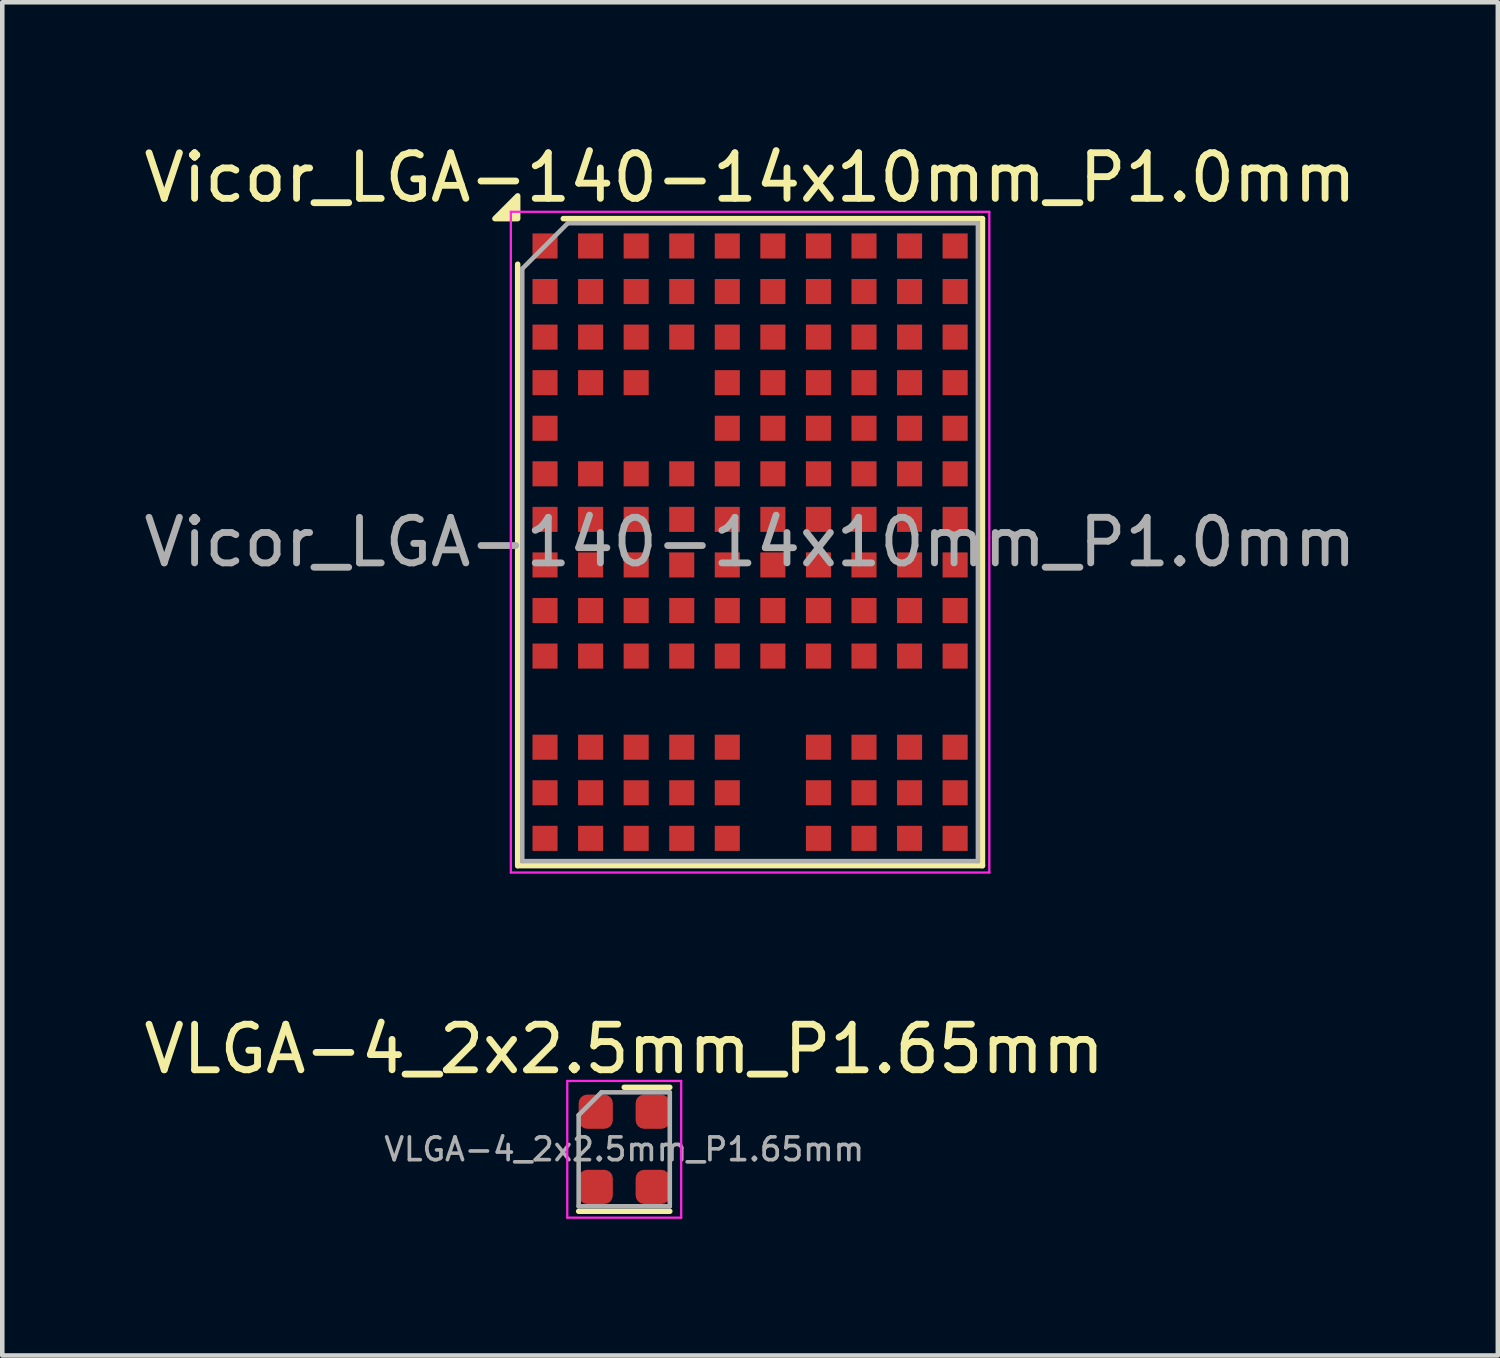
<source format=kicad_pcb>
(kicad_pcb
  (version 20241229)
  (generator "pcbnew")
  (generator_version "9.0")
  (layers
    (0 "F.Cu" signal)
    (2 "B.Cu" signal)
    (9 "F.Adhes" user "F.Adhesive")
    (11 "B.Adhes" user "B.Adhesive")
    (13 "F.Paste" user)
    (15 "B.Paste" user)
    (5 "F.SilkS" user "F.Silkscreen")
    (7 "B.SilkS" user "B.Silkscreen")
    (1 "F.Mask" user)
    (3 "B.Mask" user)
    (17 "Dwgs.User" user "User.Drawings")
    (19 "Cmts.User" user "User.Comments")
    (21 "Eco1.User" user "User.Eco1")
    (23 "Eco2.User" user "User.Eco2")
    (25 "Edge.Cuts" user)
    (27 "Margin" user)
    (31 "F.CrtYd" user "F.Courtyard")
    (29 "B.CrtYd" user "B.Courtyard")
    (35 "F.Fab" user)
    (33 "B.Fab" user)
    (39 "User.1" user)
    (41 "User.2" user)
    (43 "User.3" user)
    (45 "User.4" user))
  (footprint "Vicor_LGA-140-14x10mm_P1.0mm"
    (layer "F.Cu")
    (at 13.411 8.848)
    (property "Reference" "Vicor_LGA-140-14x10mm_P1.0mm" (at 0 -8 0) (unlocked yes) (layer "F.SilkS") (effects (font (size 1 1) (thickness 0.15))))
    (attr smd)
    (fp_line (start -5.1 -6.1) (end -5.1 7.1) (stroke (width 0.12) (type solid)) (layer "F.SilkS"))
    (fp_line (start -5.1 7.1) (end 5.1 7.1) (stroke (width 0.12) (type solid)) (layer "F.SilkS"))
    (fp_line (start 5.1 -7.1) (end -4.1 -7.1) (stroke (width 0.12) (type solid)) (layer "F.SilkS"))
    (fp_line (start 5.1 7.1) (end 5.1 -7.1) (stroke (width 0.12) (type solid)) (layer "F.SilkS"))
    (fp_poly (pts (xy -5.1 -7.1) (xy -5.6 -7.1) (xy -5.1 -7.6) (xy -5.1 -7.1)) (stroke (width 0.12) (type solid)) (fill yes) (layer "F.SilkS"))
    (fp_line (start -5.25 -7.25) (end -5.25 7.25) (stroke (width 0.05) (type solid)) (layer "F.CrtYd"))
    (fp_line (start -5.25 -7.25) (end 5.25 -7.25) (stroke (width 0.05) (type solid)) (layer "F.CrtYd"))
    (fp_line (start 5.25 7.25) (end -5.25 7.25) (stroke (width 0.05) (type solid)) (layer "F.CrtYd"))
    (fp_line (start 5.25 7.25) (end 5.25 -7.25) (stroke (width 0.05) (type solid)) (layer "F.CrtYd"))
    (fp_line (start -5 -6) (end -5 7) (stroke (width 0.1) (type solid)) (layer "F.Fab"))
    (fp_line (start -5 7) (end 5 7) (stroke (width 0.1) (type solid)) (layer "F.Fab"))
    (fp_line (start -4 -7) (end -5 -6) (stroke (width 0.1) (type solid)) (layer "F.Fab"))
    (fp_line (start 5 -7) (end -4 -7) (stroke (width 0.1) (type solid)) (layer "F.Fab"))
    (fp_line (start 5 7) (end 5 -7) (stroke (width 0.1) (type solid)) (layer "F.Fab"))
    (fp_text user "${REFERENCE}" (at 0 0 0) (unlocked yes) (layer "F.Fab") (effects (font (size 1 1) (thickness 0.15))))
    (pad "A1" smd rect (at -4.5 -6.5) (size 0.55 0.55) (property pad_prop_bga) (layers "F.Cu" "F.Mask" "F.Paste"))
    (pad "A2" smd rect (at -4.5 -5.5) (size 0.55 0.55) (property pad_prop_bga) (layers "F.Cu" "F.Mask" "F.Paste"))
    (pad "A3" smd rect (at -4.5 -4.5) (size 0.55 0.55) (property pad_prop_bga) (layers "F.Cu" "F.Mask" "F.Paste"))
    (pad "A4" smd rect (at -4.5 -3.5) (size 0.55 0.55) (property pad_prop_bga) (layers "F.Cu" "F.Mask" "F.Paste"))
    (pad "A5" smd rect (at -4.5 -2.5) (size 0.55 0.55) (property pad_prop_bga) (layers "F.Cu" "F.Mask" "F.Paste"))
    (pad "A6" smd rect (at -4.5 -1.5) (size 0.55 0.55) (property pad_prop_bga) (layers "F.Cu" "F.Mask" "F.Paste"))
    (pad "A7" smd rect (at -4.5 -0.5) (size 0.55 0.55) (property pad_prop_bga) (layers "F.Cu" "F.Mask" "F.Paste"))
    (pad "A8" smd rect (at -4.5 0.5) (size 0.55 0.55) (property pad_prop_bga) (layers "F.Cu" "F.Mask" "F.Paste"))
    (pad "A9" smd rect (at -4.5 1.5) (size 0.55 0.55) (property pad_prop_bga) (layers "F.Cu" "F.Mask" "F.Paste"))
    (pad "A10" smd rect (at -4.5 2.5) (size 0.55 0.55) (property pad_prop_bga) (layers "F.Cu" "F.Mask" "F.Paste"))
    (pad "A12" smd rect (at -4.5 4.5) (size 0.55 0.55) (property pad_prop_bga) (layers "F.Cu" "F.Mask" "F.Paste"))
    (pad "A13" smd rect (at -4.5 5.5) (size 0.55 0.55) (property pad_prop_bga) (layers "F.Cu" "F.Mask" "F.Paste"))
    (pad "A14" smd rect (at -4.5 6.5) (size 0.55 0.55) (property pad_prop_bga) (layers "F.Cu" "F.Mask" "F.Paste"))
    (pad "B1" smd rect (at -3.5 -6.5) (size 0.55 0.55) (property pad_prop_bga) (layers "F.Cu" "F.Mask" "F.Paste"))
    (pad "B2" smd rect (at -3.5 -5.5) (size 0.55 0.55) (property pad_prop_bga) (layers "F.Cu" "F.Mask" "F.Paste"))
    (pad "B3" smd rect (at -3.5 -4.5) (size 0.55 0.55) (property pad_prop_bga) (layers "F.Cu" "F.Mask" "F.Paste"))
    (pad "B4" smd rect (at -3.5 -3.5) (size 0.55 0.55) (property pad_prop_bga) (layers "F.Cu" "F.Mask" "F.Paste"))
    (pad "B6" smd rect (at -3.5 -1.5) (size 0.55 0.55) (property pad_prop_bga) (layers "F.Cu" "F.Mask" "F.Paste"))
    (pad "B7" smd rect (at -3.5 -0.5) (size 0.55 0.55) (property pad_prop_bga) (layers "F.Cu" "F.Mask" "F.Paste"))
    (pad "B8" smd rect (at -3.5 0.5) (size 0.55 0.55) (property pad_prop_bga) (layers "F.Cu" "F.Mask" "F.Paste"))
    (pad "B9" smd rect (at -3.5 1.5) (size 0.55 0.55) (property pad_prop_bga) (layers "F.Cu" "F.Mask" "F.Paste"))
    (pad "B10" smd rect (at -3.5 2.5) (size 0.55 0.55) (property pad_prop_bga) (layers "F.Cu" "F.Mask" "F.Paste"))
    (pad "B12" smd rect (at -3.5 4.5) (size 0.55 0.55) (property pad_prop_bga) (layers "F.Cu" "F.Mask" "F.Paste"))
    (pad "B13" smd rect (at -3.5 5.5) (size 0.55 0.55) (property pad_prop_bga) (layers "F.Cu" "F.Mask" "F.Paste"))
    (pad "B14" smd rect (at -3.5 6.5) (size 0.55 0.55) (property pad_prop_bga) (layers "F.Cu" "F.Mask" "F.Paste"))
    (pad "C1" smd rect (at -2.5 -6.5) (size 0.55 0.55) (property pad_prop_bga) (layers "F.Cu" "F.Mask" "F.Paste"))
    (pad "C2" smd rect (at -2.5 -5.5) (size 0.55 0.55) (property pad_prop_bga) (layers "F.Cu" "F.Mask" "F.Paste"))
    (pad "C3" smd rect (at -2.5 -4.5) (size 0.55 0.55) (property pad_prop_bga) (layers "F.Cu" "F.Mask" "F.Paste"))
    (pad "C4" smd rect (at -2.5 -3.5) (size 0.55 0.55) (property pad_prop_bga) (layers "F.Cu" "F.Mask" "F.Paste"))
    (pad "C6" smd rect (at -2.5 -1.5) (size 0.55 0.55) (property pad_prop_bga) (layers "F.Cu" "F.Mask" "F.Paste"))
    (pad "C7" smd rect (at -2.5 -0.5) (size 0.55 0.55) (property pad_prop_bga) (layers "F.Cu" "F.Mask" "F.Paste"))
    (pad "C8" smd rect (at -2.5 0.5) (size 0.55 0.55) (property pad_prop_bga) (layers "F.Cu" "F.Mask" "F.Paste"))
    (pad "C9" smd rect (at -2.5 1.5) (size 0.55 0.55) (property pad_prop_bga) (layers "F.Cu" "F.Mask" "F.Paste"))
    (pad "C10" smd rect (at -2.5 2.5) (size 0.55 0.55) (property pad_prop_bga) (layers "F.Cu" "F.Mask" "F.Paste"))
    (pad "C12" smd rect (at -2.5 4.5) (size 0.55 0.55) (property pad_prop_bga) (layers "F.Cu" "F.Mask" "F.Paste"))
    (pad "C13" smd rect (at -2.5 5.5) (size 0.55 0.55) (property pad_prop_bga) (layers "F.Cu" "F.Mask" "F.Paste"))
    (pad "C14" smd rect (at -2.5 6.5) (size 0.55 0.55) (property pad_prop_bga) (layers "F.Cu" "F.Mask" "F.Paste"))
    (pad "D1" smd rect (at -1.5 -6.5) (size 0.55 0.55) (property pad_prop_bga) (layers "F.Cu" "F.Mask" "F.Paste"))
    (pad "D2" smd rect (at -1.5 -5.5) (size 0.55 0.55) (property pad_prop_bga) (layers "F.Cu" "F.Mask" "F.Paste"))
    (pad "D3" smd rect (at -1.5 -4.5) (size 0.55 0.55) (property pad_prop_bga) (layers "F.Cu" "F.Mask" "F.Paste"))
    (pad "D6" smd rect (at -1.5 -1.5) (size 0.55 0.55) (property pad_prop_bga) (layers "F.Cu" "F.Mask" "F.Paste"))
    (pad "D7" smd rect (at -1.5 -0.5) (size 0.55 0.55) (property pad_prop_bga) (layers "F.Cu" "F.Mask" "F.Paste"))
    (pad "D8" smd rect (at -1.5 0.5) (size 0.55 0.55) (property pad_prop_bga) (layers "F.Cu" "F.Mask" "F.Paste"))
    (pad "D9" smd rect (at -1.5 1.5) (size 0.55 0.55) (property pad_prop_bga) (layers "F.Cu" "F.Mask" "F.Paste"))
    (pad "D10" smd rect (at -1.5 2.5) (size 0.55 0.55) (property pad_prop_bga) (layers "F.Cu" "F.Mask" "F.Paste"))
    (pad "D12" smd rect (at -1.5 4.5) (size 0.55 0.55) (property pad_prop_bga) (layers "F.Cu" "F.Mask" "F.Paste"))
    (pad "D13" smd rect (at -1.5 5.5) (size 0.55 0.55) (property pad_prop_bga) (layers "F.Cu" "F.Mask" "F.Paste"))
    (pad "D14" smd rect (at -1.5 6.5) (size 0.55 0.55) (property pad_prop_bga) (layers "F.Cu" "F.Mask" "F.Paste"))
    (pad "E1" smd rect (at -0.5 -6.5) (size 0.55 0.55) (property pad_prop_bga) (layers "F.Cu" "F.Mask" "F.Paste"))
    (pad "E2" smd rect (at -0.5 -5.5) (size 0.55 0.55) (property pad_prop_bga) (layers "F.Cu" "F.Mask" "F.Paste"))
    (pad "E3" smd rect (at -0.5 -4.5) (size 0.55 0.55) (property pad_prop_bga) (layers "F.Cu" "F.Mask" "F.Paste"))
    (pad "E4" smd rect (at -0.5 -3.5) (size 0.55 0.55) (property pad_prop_bga) (layers "F.Cu" "F.Mask" "F.Paste"))
    (pad "E5" smd rect (at -0.5 -2.5) (size 0.55 0.55) (property pad_prop_bga) (layers "F.Cu" "F.Mask" "F.Paste"))
    (pad "E6" smd rect (at -0.5 -1.5) (size 0.55 0.55) (property pad_prop_bga) (layers "F.Cu" "F.Mask" "F.Paste"))
    (pad "E7" smd rect (at -0.5 -0.5) (size 0.55 0.55) (property pad_prop_bga) (layers "F.Cu" "F.Mask" "F.Paste"))
    (pad "E8" smd rect (at -0.5 0.5) (size 0.55 0.55) (property pad_prop_bga) (layers "F.Cu" "F.Mask" "F.Paste"))
    (pad "E9" smd rect (at -0.5 1.5) (size 0.55 0.55) (property pad_prop_bga) (layers "F.Cu" "F.Mask" "F.Paste"))
    (pad "E10" smd rect (at -0.5 2.5) (size 0.55 0.55) (property pad_prop_bga) (layers "F.Cu" "F.Mask" "F.Paste"))
    (pad "E12" smd rect (at -0.5 4.5) (size 0.55 0.55) (property pad_prop_bga) (layers "F.Cu" "F.Mask" "F.Paste"))
    (pad "E13" smd rect (at -0.5 5.5) (size 0.55 0.55) (property pad_prop_bga) (layers "F.Cu" "F.Mask" "F.Paste"))
    (pad "E14" smd rect (at -0.5 6.5) (size 0.55 0.55) (property pad_prop_bga) (layers "F.Cu" "F.Mask" "F.Paste"))
    (pad "F1" smd rect (at 0.5 -6.5) (size 0.55 0.55) (property pad_prop_bga) (layers "F.Cu" "F.Mask" "F.Paste"))
    (pad "F2" smd rect (at 0.5 -5.5) (size 0.55 0.55) (property pad_prop_bga) (layers "F.Cu" "F.Mask" "F.Paste"))
    (pad "F3" smd rect (at 0.5 -4.5) (size 0.55 0.55) (property pad_prop_bga) (layers "F.Cu" "F.Mask" "F.Paste"))
    (pad "F4" smd rect (at 0.5 -3.5) (size 0.55 0.55) (property pad_prop_bga) (layers "F.Cu" "F.Mask" "F.Paste"))
    (pad "F5" smd rect (at 0.5 -2.5) (size 0.55 0.55) (property pad_prop_bga) (layers "F.Cu" "F.Mask" "F.Paste"))
    (pad "F6" smd rect (at 0.5 -1.5) (size 0.55 0.55) (property pad_prop_bga) (layers "F.Cu" "F.Mask" "F.Paste"))
    (pad "F7" smd rect (at 0.5 -0.5) (size 0.55 0.55) (property pad_prop_bga) (layers "F.Cu" "F.Mask" "F.Paste"))
    (pad "F8" smd rect (at 0.5 0.5) (size 0.55 0.55) (property pad_prop_bga) (layers "F.Cu" "F.Mask" "F.Paste"))
    (pad "F9" smd rect (at 0.5 1.5) (size 0.55 0.55) (property pad_prop_bga) (layers "F.Cu" "F.Mask" "F.Paste"))
    (pad "F10" smd rect (at 0.5 2.5) (size 0.55 0.55) (property pad_prop_bga) (layers "F.Cu" "F.Mask" "F.Paste"))
    (pad "G1" smd rect (at 1.5 -6.5) (size 0.55 0.55) (property pad_prop_bga) (layers "F.Cu" "F.Mask" "F.Paste"))
    (pad "G2" smd rect (at 1.5 -5.5) (size 0.55 0.55) (property pad_prop_bga) (layers "F.Cu" "F.Mask" "F.Paste"))
    (pad "G3" smd rect (at 1.5 -4.5) (size 0.55 0.55) (property pad_prop_bga) (layers "F.Cu" "F.Mask" "F.Paste"))
    (pad "G4" smd rect (at 1.5 -3.5) (size 0.55 0.55) (property pad_prop_bga) (layers "F.Cu" "F.Mask" "F.Paste"))
    (pad "G5" smd rect (at 1.5 -2.5) (size 0.55 0.55) (property pad_prop_bga) (layers "F.Cu" "F.Mask" "F.Paste"))
    (pad "G6" smd rect (at 1.5 -1.5) (size 0.55 0.55) (property pad_prop_bga) (layers "F.Cu" "F.Mask" "F.Paste"))
    (pad "G7" smd rect (at 1.5 -0.5) (size 0.55 0.55) (property pad_prop_bga) (layers "F.Cu" "F.Mask" "F.Paste"))
    (pad "G8" smd rect (at 1.5 0.5) (size 0.55 0.55) (property pad_prop_bga) (layers "F.Cu" "F.Mask" "F.Paste"))
    (pad "G9" smd rect (at 1.5 1.5) (size 0.55 0.55) (property pad_prop_bga) (layers "F.Cu" "F.Mask" "F.Paste"))
    (pad "G10" smd rect (at 1.5 2.5) (size 0.55 0.55) (property pad_prop_bga) (layers "F.Cu" "F.Mask" "F.Paste"))
    (pad "G12" smd rect (at 1.5 4.5) (size 0.55 0.55) (property pad_prop_bga) (layers "F.Cu" "F.Mask" "F.Paste"))
    (pad "G13" smd rect (at 1.5 5.5) (size 0.55 0.55) (property pad_prop_bga) (layers "F.Cu" "F.Mask" "F.Paste"))
    (pad "G14" smd rect (at 1.5 6.5) (size 0.55 0.55) (property pad_prop_bga) (layers "F.Cu" "F.Mask" "F.Paste"))
    (pad "H1" smd rect (at 2.5 -6.5) (size 0.55 0.55) (property pad_prop_bga) (layers "F.Cu" "F.Mask" "F.Paste"))
    (pad "H2" smd rect (at 2.5 -5.5) (size 0.55 0.55) (property pad_prop_bga) (layers "F.Cu" "F.Mask" "F.Paste"))
    (pad "H3" smd rect (at 2.5 -4.5) (size 0.55 0.55) (property pad_prop_bga) (layers "F.Cu" "F.Mask" "F.Paste"))
    (pad "H4" smd rect (at 2.5 -3.5) (size 0.55 0.55) (property pad_prop_bga) (layers "F.Cu" "F.Mask" "F.Paste"))
    (pad "H5" smd rect (at 2.5 -2.5) (size 0.55 0.55) (property pad_prop_bga) (layers "F.Cu" "F.Mask" "F.Paste"))
    (pad "H6" smd rect (at 2.5 -1.5) (size 0.55 0.55) (property pad_prop_bga) (layers "F.Cu" "F.Mask" "F.Paste"))
    (pad "H7" smd rect (at 2.5 -0.5) (size 0.55 0.55) (property pad_prop_bga) (layers "F.Cu" "F.Mask" "F.Paste"))
    (pad "H8" smd rect (at 2.5 0.5) (size 0.55 0.55) (property pad_prop_bga) (layers "F.Cu" "F.Mask" "F.Paste"))
    (pad "H9" smd rect (at 2.5 1.5) (size 0.55 0.55) (property pad_prop_bga) (layers "F.Cu" "F.Mask" "F.Paste"))
    (pad "H10" smd rect (at 2.5 2.5) (size 0.55 0.55) (property pad_prop_bga) (layers "F.Cu" "F.Mask" "F.Paste"))
    (pad "H12" smd rect (at 2.5 4.5) (size 0.55 0.55) (property pad_prop_bga) (layers "F.Cu" "F.Mask" "F.Paste"))
    (pad "H13" smd rect (at 2.5 5.5) (size 0.55 0.55) (property pad_prop_bga) (layers "F.Cu" "F.Mask" "F.Paste"))
    (pad "H14" smd rect (at 2.5 6.5) (size 0.55 0.55) (property pad_prop_bga) (layers "F.Cu" "F.Mask" "F.Paste"))
    (pad "J1" smd rect (at 3.5 -6.5) (size 0.55 0.55) (property pad_prop_bga) (layers "F.Cu" "F.Mask" "F.Paste"))
    (pad "J2" smd rect (at 3.5 -5.5) (size 0.55 0.55) (property pad_prop_bga) (layers "F.Cu" "F.Mask" "F.Paste"))
    (pad "J3" smd rect (at 3.5 -4.5) (size 0.55 0.55) (property pad_prop_bga) (layers "F.Cu" "F.Mask" "F.Paste"))
    (pad "J4" smd rect (at 3.5 -3.5) (size 0.55 0.55) (property pad_prop_bga) (layers "F.Cu" "F.Mask" "F.Paste"))
    (pad "J5" smd rect (at 3.5 -2.5) (size 0.55 0.55) (property pad_prop_bga) (layers "F.Cu" "F.Mask" "F.Paste"))
    (pad "J6" smd rect (at 3.5 -1.5) (size 0.55 0.55) (property pad_prop_bga) (layers "F.Cu" "F.Mask" "F.Paste"))
    (pad "J7" smd rect (at 3.5 -0.5) (size 0.55 0.55) (property pad_prop_bga) (layers "F.Cu" "F.Mask" "F.Paste"))
    (pad "J8" smd rect (at 3.5 0.5) (size 0.55 0.55) (property pad_prop_bga) (layers "F.Cu" "F.Mask" "F.Paste"))
    (pad "J9" smd rect (at 3.5 1.5) (size 0.55 0.55) (property pad_prop_bga) (layers "F.Cu" "F.Mask" "F.Paste"))
    (pad "J10" smd rect (at 3.5 2.5) (size 0.55 0.55) (property pad_prop_bga) (layers "F.Cu" "F.Mask" "F.Paste"))
    (pad "J12" smd rect (at 3.5 4.5) (size 0.55 0.55) (property pad_prop_bga) (layers "F.Cu" "F.Mask" "F.Paste"))
    (pad "J13" smd rect (at 3.5 5.5) (size 0.55 0.55) (property pad_prop_bga) (layers "F.Cu" "F.Mask" "F.Paste"))
    (pad "J14" smd rect (at 3.5 6.5) (size 0.55 0.55) (property pad_prop_bga) (layers "F.Cu" "F.Mask" "F.Paste"))
    (pad "K1" smd rect (at 4.5 -6.5) (size 0.55 0.55) (property pad_prop_bga) (layers "F.Cu" "F.Mask" "F.Paste"))
    (pad "K2" smd rect (at 4.5 -5.5) (size 0.55 0.55) (property pad_prop_bga) (layers "F.Cu" "F.Mask" "F.Paste"))
    (pad "K3" smd rect (at 4.5 -4.5) (size 0.55 0.55) (property pad_prop_bga) (layers "F.Cu" "F.Mask" "F.Paste"))
    (pad "K4" smd rect (at 4.5 -3.5) (size 0.55 0.55) (property pad_prop_bga) (layers "F.Cu" "F.Mask" "F.Paste"))
    (pad "K5" smd rect (at 4.5 -2.5) (size 0.55 0.55) (property pad_prop_bga) (layers "F.Cu" "F.Mask" "F.Paste"))
    (pad "K6" smd rect (at 4.5 -1.5) (size 0.55 0.55) (property pad_prop_bga) (layers "F.Cu" "F.Mask" "F.Paste"))
    (pad "K7" smd rect (at 4.5 -0.5) (size 0.55 0.55) (property pad_prop_bga) (layers "F.Cu" "F.Mask" "F.Paste"))
    (pad "K8" smd rect (at 4.5 0.5) (size 0.55 0.55) (property pad_prop_bga) (layers "F.Cu" "F.Mask" "F.Paste"))
    (pad "K9" smd rect (at 4.5 1.5) (size 0.55 0.55) (property pad_prop_bga) (layers "F.Cu" "F.Mask" "F.Paste"))
    (pad "K10" smd rect (at 4.5 2.5) (size 0.55 0.55) (property pad_prop_bga) (layers "F.Cu" "F.Mask" "F.Paste"))
    (pad "K12" smd rect (at 4.5 4.5) (size 0.55 0.55) (property pad_prop_bga) (layers "F.Cu" "F.Mask" "F.Paste"))
    (pad "K13" smd rect (at 4.5 5.5) (size 0.55 0.55) (property pad_prop_bga) (layers "F.Cu" "F.Mask" "F.Paste"))
    (pad "K14" smd rect (at 4.5 6.5) (size 0.55 0.55) (property pad_prop_bga) (layers "F.Cu" "F.Mask" "F.Paste")))
  (footprint "VLGA-4_2x2.5mm_P1.65mm"
    (layer "F.Cu")
    (at 10.649 22.172)
    (property "Reference" "VLGA-4_2x2.5mm_P1.65mm" (at 0 -2.2 0) (layer "F.SilkS") (effects (font (size 1 1) (thickness 0.15))))
    (attr smd)
    (fp_line (start -1 1.36) (end 1 1.36) (stroke (width 0.12) (type solid)) (layer "F.SilkS"))
    (fp_line (start 0 -1.36) (end 1 -1.36) (stroke (width 0.12) (type solid)) (layer "F.SilkS"))
    (fp_line (start -1.25 -1.5) (end -1.25 1.5) (stroke (width 0.05) (type solid)) (layer "F.CrtYd"))
    (fp_line (start -1.25 1.5) (end 1.25 1.5) (stroke (width 0.05) (type solid)) (layer "F.CrtYd"))
    (fp_line (start 1.25 -1.5) (end -1.25 -1.5) (stroke (width 0.05) (type solid)) (layer "F.CrtYd"))
    (fp_line (start 1.25 1.5) (end 1.25 -1.5) (stroke (width 0.05) (type solid)) (layer "F.CrtYd"))
    (fp_line (start -1 -0.75) (end -0.5 -1.25) (stroke (width 0.1) (type solid)) (layer "F.Fab"))
    (fp_line (start -1 1.25) (end -1 -0.75) (stroke (width 0.1) (type solid)) (layer "F.Fab"))
    (fp_line (start -0.5 -1.25) (end 1 -1.25) (stroke (width 0.1) (type solid)) (layer "F.Fab"))
    (fp_line (start 1 -1.25) (end 1 1.25) (stroke (width 0.1) (type solid)) (layer "F.Fab"))
    (fp_line (start 1 1.25) (end -1 1.25) (stroke (width 0.1) (type solid)) (layer "F.Fab"))
    (fp_text user "${REFERENCE}" (at 0 0 0) (layer "F.Fab") (effects (font (size 0.5 0.5) (thickness 0.08))))
    (pad "1" smd roundrect (at -0.625 -0.825) (size 0.75 0.75) (layers "F.Cu" "F.Mask" "F.Paste") (roundrect_rratio 0.25))
    (pad "2" smd roundrect (at -0.625 0.825) (size 0.75 0.75) (layers "F.Cu" "F.Mask" "F.Paste") (roundrect_rratio 0.25))
    (pad "3" smd roundrect (at 0.625 0.825) (size 0.75 0.75) (layers "F.Cu" "F.Mask" "F.Paste") (roundrect_rratio 0.25))
    (pad "4" smd roundrect (at 0.625 -0.825) (size 0.75 0.75) (layers "F.Cu" "F.Mask" "F.Paste") (roundrect_rratio 0.25)))
  (gr_rect
    (start -3 -3)
    (end 29.821 26.697)
    (stroke (width 0.1) (type default))
    (fill no)
    (layer "Edge.Cuts")))
</source>
